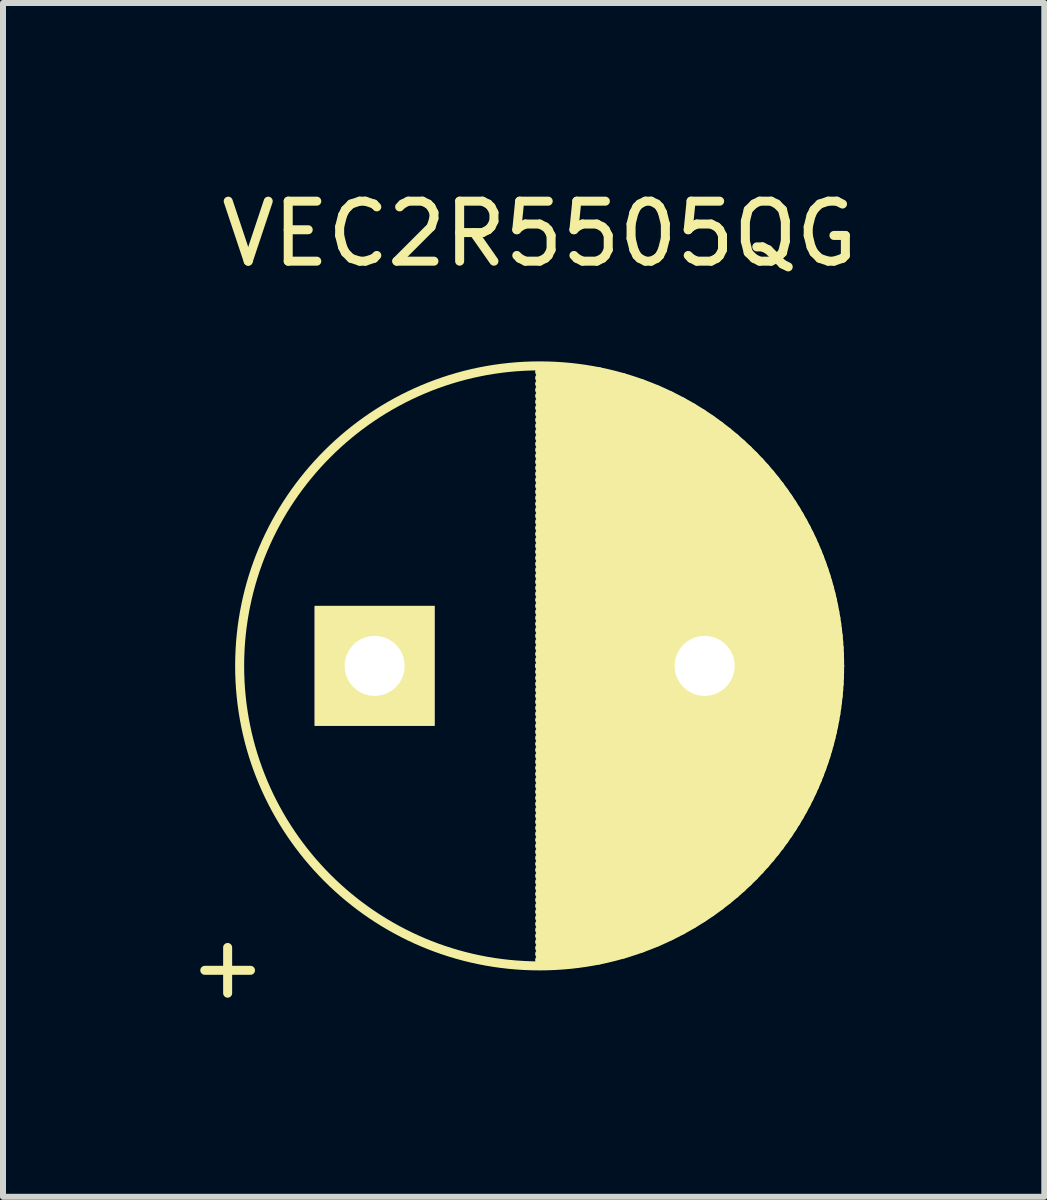
<source format=kicad_pcb>
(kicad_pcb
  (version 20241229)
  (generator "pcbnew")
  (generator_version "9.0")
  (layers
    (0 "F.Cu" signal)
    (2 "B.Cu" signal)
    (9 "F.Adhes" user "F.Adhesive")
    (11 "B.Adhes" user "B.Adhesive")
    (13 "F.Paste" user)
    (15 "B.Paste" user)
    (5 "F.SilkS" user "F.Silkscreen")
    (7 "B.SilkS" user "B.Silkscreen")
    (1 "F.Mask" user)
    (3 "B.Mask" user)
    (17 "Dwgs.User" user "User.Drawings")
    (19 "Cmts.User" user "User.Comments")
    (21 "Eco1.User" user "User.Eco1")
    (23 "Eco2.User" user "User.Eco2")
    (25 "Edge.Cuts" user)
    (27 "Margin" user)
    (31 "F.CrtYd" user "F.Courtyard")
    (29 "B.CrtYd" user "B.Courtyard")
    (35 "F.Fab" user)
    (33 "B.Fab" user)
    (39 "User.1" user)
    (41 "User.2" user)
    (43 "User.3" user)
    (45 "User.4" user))
  (footprint "VEC2R5505QG"
    (layer "F.Cu")
    (at 3.194 8.048)
    (property "Reference" "VEC2R5505QG" (at 2.75 -7.2 0) (layer "F.SilkS") (effects (font (size 1 1) (thickness 0.15))))
    (attr through_hole)
    (fp_line (start 2.75 -4.9) (end 3.745 -4.9) (stroke (width 0.15) (type solid)) (layer "F.SilkS"))
    (fp_line (start 2.75 -4.8) (end 4.15 -4.8) (stroke (width 0.15) (type solid)) (layer "F.SilkS"))
    (fp_line (start 2.75 -4.7) (end 4.456 -4.7) (stroke (width 0.15) (type solid)) (layer "F.SilkS"))
    (fp_line (start 2.75 -4.6) (end 4.71 -4.6) (stroke (width 0.15) (type solid)) (layer "F.SilkS"))
    (fp_line (start 2.75 -4.5) (end 4.929 -4.5) (stroke (width 0.15) (type solid)) (layer "F.SilkS"))
    (fp_line (start 2.75 -4.4) (end 5.125 -4.4) (stroke (width 0.15) (type solid)) (layer "F.SilkS"))
    (fp_line (start 2.75 -4.3) (end 5.301 -4.3) (stroke (width 0.15) (type solid)) (layer "F.SilkS"))
    (fp_line (start 2.75 -4.2) (end 5.463 -4.2) (stroke (width 0.15) (type solid)) (layer "F.SilkS"))
    (fp_line (start 2.75 -4.1) (end 5.612 -4.1) (stroke (width 0.15) (type solid)) (layer "F.SilkS"))
    (fp_line (start 2.75 -4) (end 5.75 -4) (stroke (width 0.15) (type solid)) (layer "F.SilkS"))
    (fp_line (start 2.75 -3.9) (end 5.879 -3.9) (stroke (width 0.15) (type solid)) (layer "F.SilkS"))
    (fp_line (start 2.75 -3.8) (end 6 -3.8) (stroke (width 0.15) (type solid)) (layer "F.SilkS"))
    (fp_line (start 2.75 -3.7) (end 6.113 -3.7) (stroke (width 0.15) (type solid)) (layer "F.SilkS"))
    (fp_line (start 2.75 -3.6) (end 6.22 -3.6) (stroke (width 0.15) (type solid)) (layer "F.SilkS"))
    (fp_line (start 2.75 -3.5) (end 6.321 -3.5) (stroke (width 0.15) (type solid)) (layer "F.SilkS"))
    (fp_line (start 2.75 -3.4) (end 6.416 -3.4) (stroke (width 0.15) (type solid)) (layer "F.SilkS"))
    (fp_line (start 2.75 -3.3) (end 6.506 -3.3) (stroke (width 0.15) (type solid)) (layer "F.SilkS"))
    (fp_line (start 2.75 -3.2) (end 6.592 -3.2) (stroke (width 0.15) (type solid)) (layer "F.SilkS"))
    (fp_line (start 2.75 -3.1) (end 6.673 -3.1) (stroke (width 0.15) (type solid)) (layer "F.SilkS"))
    (fp_line (start 2.75 -3) (end 6.75 -3) (stroke (width 0.15) (type solid)) (layer "F.SilkS"))
    (fp_line (start 2.75 -2.9) (end 6.823 -2.9) (stroke (width 0.15) (type solid)) (layer "F.SilkS"))
    (fp_line (start 2.75 -2.8) (end 6.892 -2.8) (stroke (width 0.15) (type solid)) (layer "F.SilkS"))
    (fp_line (start 2.75 -2.7) (end 6.958 -2.7) (stroke (width 0.15) (type solid)) (layer "F.SilkS"))
    (fp_line (start 2.75 -2.6) (end 7.021 -2.6) (stroke (width 0.15) (type solid)) (layer "F.SilkS"))
    (fp_line (start 2.75 -2.5) (end 7.08 -2.5) (stroke (width 0.15) (type solid)) (layer "F.SilkS"))
    (fp_line (start 2.75 -2.4) (end 7.136 -2.4) (stroke (width 0.15) (type solid)) (layer "F.SilkS"))
    (fp_line (start 2.75 -2.3) (end 7.19 -2.3) (stroke (width 0.15) (type solid)) (layer "F.SilkS"))
    (fp_line (start 2.75 -2.2) (end 7.24 -2.2) (stroke (width 0.15) (type solid)) (layer "F.SilkS"))
    (fp_line (start 2.75 -2.1) (end 7.288 -2.1) (stroke (width 0.15) (type solid)) (layer "F.SilkS"))
    (fp_line (start 2.75 -2) (end 7.333 -2) (stroke (width 0.15) (type solid)) (layer "F.SilkS"))
    (fp_line (start 2.75 -1.9) (end 7.375 -1.9) (stroke (width 0.15) (type solid)) (layer "F.SilkS"))
    (fp_line (start 2.75 -1.8) (end 7.415 -1.8) (stroke (width 0.15) (type solid)) (layer "F.SilkS"))
    (fp_line (start 2.75 -1.7) (end 7.452 -1.7) (stroke (width 0.15) (type solid)) (layer "F.SilkS"))
    (fp_line (start 2.75 -1.6) (end 7.487 -1.6) (stroke (width 0.15) (type solid)) (layer "F.SilkS"))
    (fp_line (start 2.75 -1.5) (end 7.52 -1.5) (stroke (width 0.15) (type solid)) (layer "F.SilkS"))
    (fp_line (start 2.75 -1.4) (end 7.55 -1.4) (stroke (width 0.15) (type solid)) (layer "F.SilkS"))
    (fp_line (start 2.75 -1.3) (end 7.578 -1.3) (stroke (width 0.15) (type solid)) (layer "F.SilkS"))
    (fp_line (start 2.75 -1.2) (end 7.604 -1.2) (stroke (width 0.15) (type solid)) (layer "F.SilkS"))
    (fp_line (start 2.75 -1.1) (end 7.627 -1.1) (stroke (width 0.15) (type solid)) (layer "F.SilkS"))
    (fp_line (start 2.75 -1) (end 7.649 -1) (stroke (width 0.15) (type solid)) (layer "F.SilkS"))
    (fp_line (start 2.75 -0.9) (end 7.668 -0.9) (stroke (width 0.15) (type solid)) (layer "F.SilkS"))
    (fp_line (start 2.75 -0.8) (end 7.686 -0.8) (stroke (width 0.15) (type solid)) (layer "F.SilkS"))
    (fp_line (start 2.75 -0.7) (end 7.701 -0.7) (stroke (width 0.15) (type solid)) (layer "F.SilkS"))
    (fp_line (start 2.75 -0.6) (end 7.714 -0.6) (stroke (width 0.15) (type solid)) (layer "F.SilkS"))
    (fp_line (start 2.75 -0.5) (end 7.725 -0.5) (stroke (width 0.15) (type solid)) (layer "F.SilkS"))
    (fp_line (start 2.75 -0.4) (end 7.734 -0.4) (stroke (width 0.15) (type solid)) (layer "F.SilkS"))
    (fp_line (start 2.75 -0.3) (end 7.741 -0.3) (stroke (width 0.15) (type solid)) (layer "F.SilkS"))
    (fp_line (start 2.75 -0.2) (end 7.746 -0.2) (stroke (width 0.15) (type solid)) (layer "F.SilkS"))
    (fp_line (start 2.75 -0.1) (end 7.749 -0.1) (stroke (width 0.15) (type solid)) (layer "F.SilkS"))
    (fp_line (start 2.75 0) (end 7.75 0) (stroke (width 0.15) (type solid)) (layer "F.SilkS"))
    (fp_line (start 2.75 0) (end 7.75 0) (stroke (width 0.15) (type solid)) (layer "F.SilkS"))
    (fp_line (start 2.75 0.1) (end 7.749 0.1) (stroke (width 0.15) (type solid)) (layer "F.SilkS"))
    (fp_line (start 2.75 0.2) (end 7.746 0.2) (stroke (width 0.15) (type solid)) (layer "F.SilkS"))
    (fp_line (start 2.75 0.3) (end 7.741 0.3) (stroke (width 0.15) (type solid)) (layer "F.SilkS"))
    (fp_line (start 2.75 0.4) (end 7.734 0.4) (stroke (width 0.15) (type solid)) (layer "F.SilkS"))
    (fp_line (start 2.75 0.5) (end 7.725 0.5) (stroke (width 0.15) (type solid)) (layer "F.SilkS"))
    (fp_line (start 2.75 0.6) (end 7.714 0.6) (stroke (width 0.15) (type solid)) (layer "F.SilkS"))
    (fp_line (start 2.75 0.7) (end 7.701 0.7) (stroke (width 0.15) (type solid)) (layer "F.SilkS"))
    (fp_line (start 2.75 0.8) (end 7.686 0.8) (stroke (width 0.15) (type solid)) (layer "F.SilkS"))
    (fp_line (start 2.75 0.9) (end 7.668 0.9) (stroke (width 0.15) (type solid)) (layer "F.SilkS"))
    (fp_line (start 2.75 1) (end 7.649 1) (stroke (width 0.15) (type solid)) (layer "F.SilkS"))
    (fp_line (start 2.75 1.1) (end 7.627 1.1) (stroke (width 0.15) (type solid)) (layer "F.SilkS"))
    (fp_line (start 2.75 1.2) (end 7.604 1.2) (stroke (width 0.15) (type solid)) (layer "F.SilkS"))
    (fp_line (start 2.75 1.3) (end 7.578 1.3) (stroke (width 0.15) (type solid)) (layer "F.SilkS"))
    (fp_line (start 2.75 1.4) (end 7.55 1.4) (stroke (width 0.15) (type solid)) (layer "F.SilkS"))
    (fp_line (start 2.75 1.5) (end 7.52 1.5) (stroke (width 0.15) (type solid)) (layer "F.SilkS"))
    (fp_line (start 2.75 1.6) (end 7.487 1.6) (stroke (width 0.15) (type solid)) (layer "F.SilkS"))
    (fp_line (start 2.75 1.7) (end 7.452 1.7) (stroke (width 0.15) (type solid)) (layer "F.SilkS"))
    (fp_line (start 2.75 1.8) (end 7.415 1.8) (stroke (width 0.15) (type solid)) (layer "F.SilkS"))
    (fp_line (start 2.75 1.9) (end 7.375 1.9) (stroke (width 0.15) (type solid)) (layer "F.SilkS"))
    (fp_line (start 2.75 2) (end 7.333 2) (stroke (width 0.15) (type solid)) (layer "F.SilkS"))
    (fp_line (start 2.75 2.1) (end 7.288 2.1) (stroke (width 0.15) (type solid)) (layer "F.SilkS"))
    (fp_line (start 2.75 2.2) (end 7.24 2.2) (stroke (width 0.15) (type solid)) (layer "F.SilkS"))
    (fp_line (start 2.75 2.3) (end 7.19 2.3) (stroke (width 0.15) (type solid)) (layer "F.SilkS"))
    (fp_line (start 2.75 2.4) (end 7.136 2.4) (stroke (width 0.15) (type solid)) (layer "F.SilkS"))
    (fp_line (start 2.75 2.5) (end 7.08 2.5) (stroke (width 0.15) (type solid)) (layer "F.SilkS"))
    (fp_line (start 2.75 2.6) (end 7.021 2.6) (stroke (width 0.15) (type solid)) (layer "F.SilkS"))
    (fp_line (start 2.75 2.7) (end 6.958 2.7) (stroke (width 0.15) (type solid)) (layer "F.SilkS"))
    (fp_line (start 2.75 2.8) (end 6.892 2.8) (stroke (width 0.15) (type solid)) (layer "F.SilkS"))
    (fp_line (start 2.75 2.9) (end 6.823 2.9) (stroke (width 0.15) (type solid)) (layer "F.SilkS"))
    (fp_line (start 2.75 3) (end 6.75 3) (stroke (width 0.15) (type solid)) (layer "F.SilkS"))
    (fp_line (start 2.75 3.1) (end 6.673 3.1) (stroke (width 0.15) (type solid)) (layer "F.SilkS"))
    (fp_line (start 2.75 3.2) (end 6.592 3.2) (stroke (width 0.15) (type solid)) (layer "F.SilkS"))
    (fp_line (start 2.75 3.3) (end 6.506 3.3) (stroke (width 0.15) (type solid)) (layer "F.SilkS"))
    (fp_line (start 2.75 3.4) (end 6.416 3.4) (stroke (width 0.15) (type solid)) (layer "F.SilkS"))
    (fp_line (start 2.75 3.5) (end 6.321 3.5) (stroke (width 0.15) (type solid)) (layer "F.SilkS"))
    (fp_line (start 2.75 3.6) (end 6.22 3.6) (stroke (width 0.15) (type solid)) (layer "F.SilkS"))
    (fp_line (start 2.75 3.7) (end 6.113 3.7) (stroke (width 0.15) (type solid)) (layer "F.SilkS"))
    (fp_line (start 2.75 3.8) (end 6 3.8) (stroke (width 0.15) (type solid)) (layer "F.SilkS"))
    (fp_line (start 2.75 3.9) (end 5.879 3.9) (stroke (width 0.15) (type solid)) (layer "F.SilkS"))
    (fp_line (start 2.75 4) (end 5.75 4) (stroke (width 0.15) (type solid)) (layer "F.SilkS"))
    (fp_line (start 2.75 4.1) (end 5.612 4.1) (stroke (width 0.15) (type solid)) (layer "F.SilkS"))
    (fp_line (start 2.75 4.2) (end 5.463 4.2) (stroke (width 0.15) (type solid)) (layer "F.SilkS"))
    (fp_line (start 2.75 4.3) (end 5.301 4.3) (stroke (width 0.15) (type solid)) (layer "F.SilkS"))
    (fp_line (start 2.75 4.4) (end 5.125 4.4) (stroke (width 0.15) (type solid)) (layer "F.SilkS"))
    (fp_line (start 2.75 4.5) (end 4.929 4.5) (stroke (width 0.15) (type solid)) (layer "F.SilkS"))
    (fp_line (start 2.75 4.6) (end 4.71 4.6) (stroke (width 0.15) (type solid)) (layer "F.SilkS"))
    (fp_line (start 2.75 4.7) (end 4.456 4.7) (stroke (width 0.15) (type solid)) (layer "F.SilkS"))
    (fp_line (start 2.75 4.8) (end 4.15 4.8) (stroke (width 0.15) (type solid)) (layer "F.SilkS"))
    (fp_line (start 2.75 4.9) (end 3.745 4.9) (stroke (width 0.15) (type solid)) (layer "F.SilkS"))
    (fp_circle (center 2.75 0) (end 2.75 -5) (stroke (width 0.15) (type solid)) (fill no) (layer "F.SilkS"))
    (fp_text user "+" (at -2.45 5 0) (layer "F.SilkS") (effects (font (size 1 1) (thickness 0.15))))
    (pad "1" thru_hole rect (at 0 0) (size 2 2) (drill 1) (layers "*.Cu" "*.Mask" "F.SilkS"))
    (pad "2" thru_hole circle (at 5.5 0) (size 2 2) (drill 1) (layers "*.Cu" "*.Mask" "F.SilkS")))
  (gr_rect
    (start -3 -3)
    (end 14.355 16.896)
    (stroke (width 0.1) (type default))
    (fill no)
    (layer "Edge.Cuts")))
</source>
